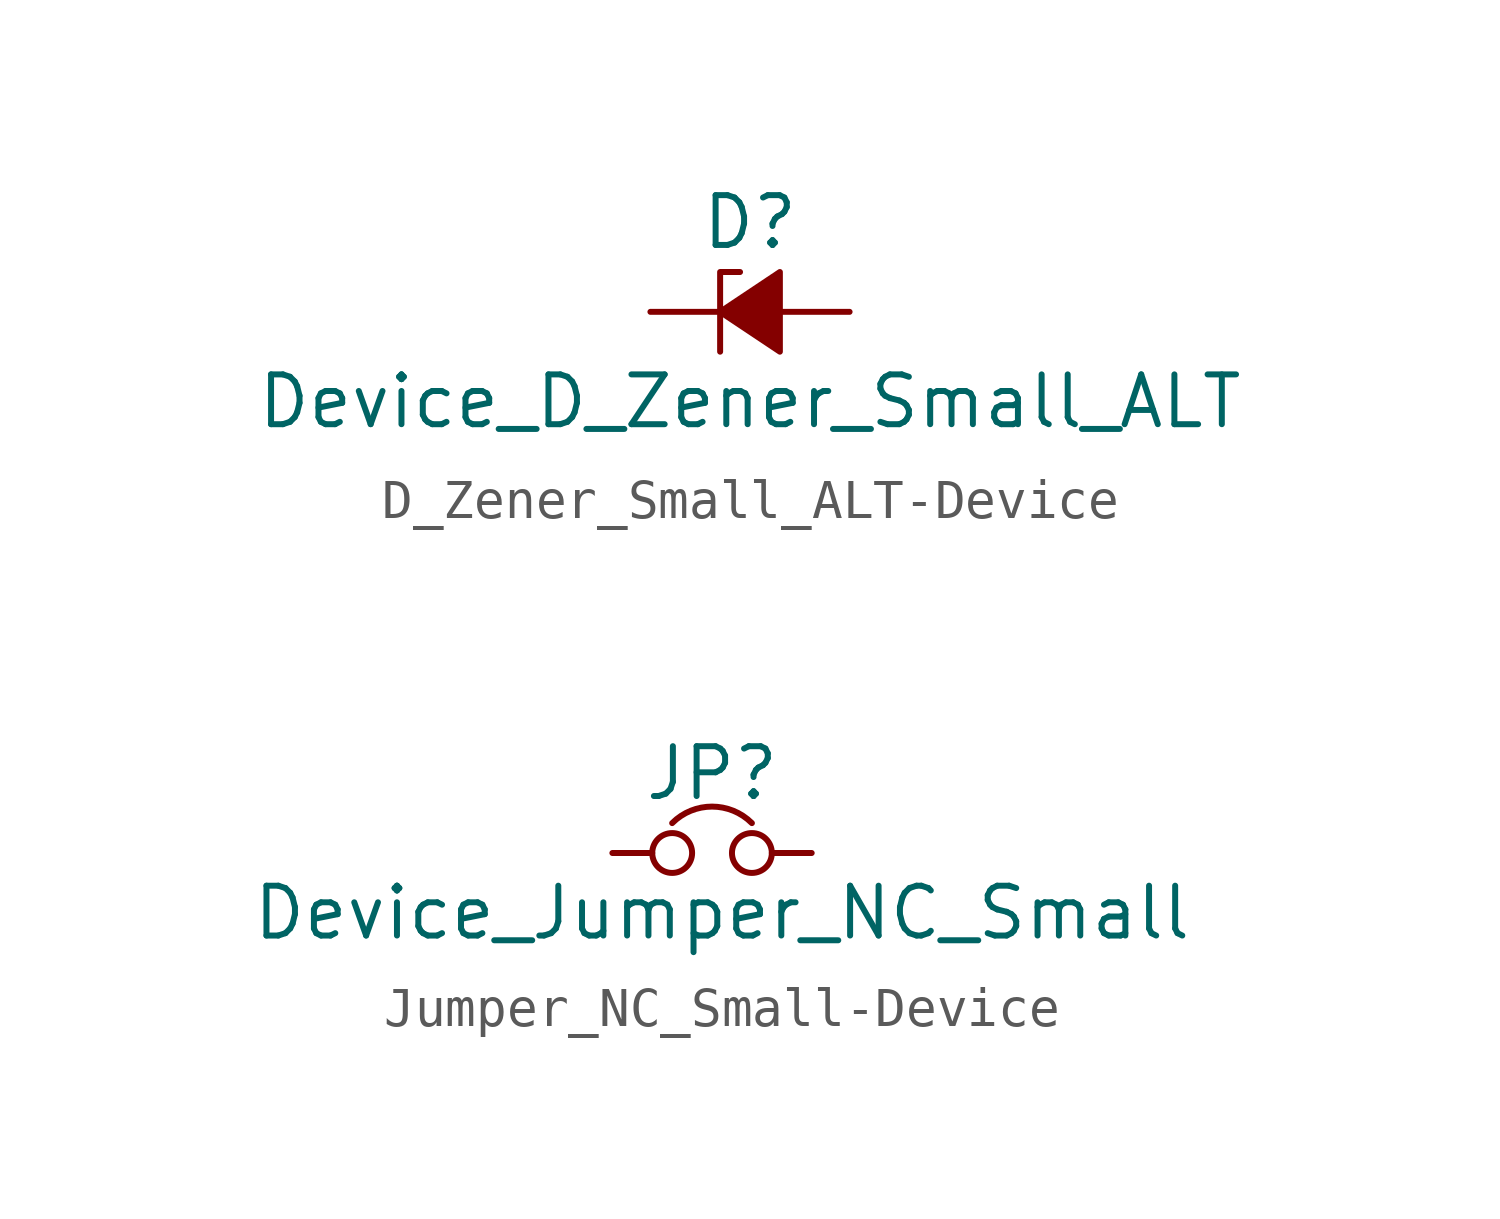
<source format=kicad_sym>
(kicad_symbol_lib
  (version 20220914)
  (generator kicad_symbol_editor)
  (symbol "D_Zener_Small_ALT-Device"
    (pin_numbers hide)
    (pin_names
      (offset 0.254) hide)
    (property "Reference" "D"
      (at 0 2.286 0)
      (effects (font (size 1.27 1.27))))
    (property "Value" "Device_D_Zener_Small_ALT"
      (at 0 -2.286 0)
      (effects (font (size 1.27 1.27))))
    (symbol "D_Zener_Small_ALT-Device_0_1"
      (polyline (pts (xy 0.762 0) (xy -0.762 0)) (stroke (width 0) (type solid)) (fill (type none)))
      (polyline (pts (xy -0.254 1.016) (xy -0.762 1.016) (xy -0.762 -1.016)) (stroke (width 0) (type solid)) (fill (type none)))
      (polyline (pts (xy 0.762 1.016) (xy -0.762 0) (xy 0.762 -1.016) (xy 0.762 1.016)) (stroke (width 0) (type solid)) (fill (type outline))))
    (symbol "D_Zener_Small_ALT-Device_1_1"
      (pin passive line (at -2.54 0 0) (length 1.778) (name "K" (effects (font (size 1.27 1.27)))) (number "1" (effects (font (size 1.27 1.27)))))
      (pin passive line (at 2.54 0 180) (length 1.778) (name "A" (effects (font (size 1.27 1.27)))) (number "2" (effects (font (size 1.27 1.27)))))))
  (symbol "Jumper_NC_Small-Device"
    (pin_numbers hide)
    (pin_names
      (offset 0.762) hide)
    (property "Reference" "JP"
      (at 0 2.032 0)
      (effects (font (size 1.27 1.27))))
    (property "Value" "Device_Jumper_NC_Small"
      (at 0.254 -1.524 0)
      (effects (font (size 1.27 1.27))))
    (symbol "Jumper_NC_Small-Device_0_1"
      (circle (center -1.016 0) (radius 0.508) (stroke (width 0) (type solid)) (fill (type none)))
      (circle (center 1.016 0) (radius 0.508) (stroke (width 0) (type solid)) (fill (type none)))
      (arc (start 1.016 0.762) (mid 0 1.1828) (end -1.016 0.762) (stroke (width 0) (type solid)) (fill (type none)))
      (pin passive line (at -2.54 0 0) (length 1.016) (name "1" (effects (font (size 1.27 1.27)))) (number "1" (effects (font (size 1.27 1.27)))))
      (pin passive line (at 2.54 0 180) (length 1.016) (name "2" (effects (font (size 1.27 1.27)))) (number "2" (effects (font (size 1.27 1.27))))))))
</source>
